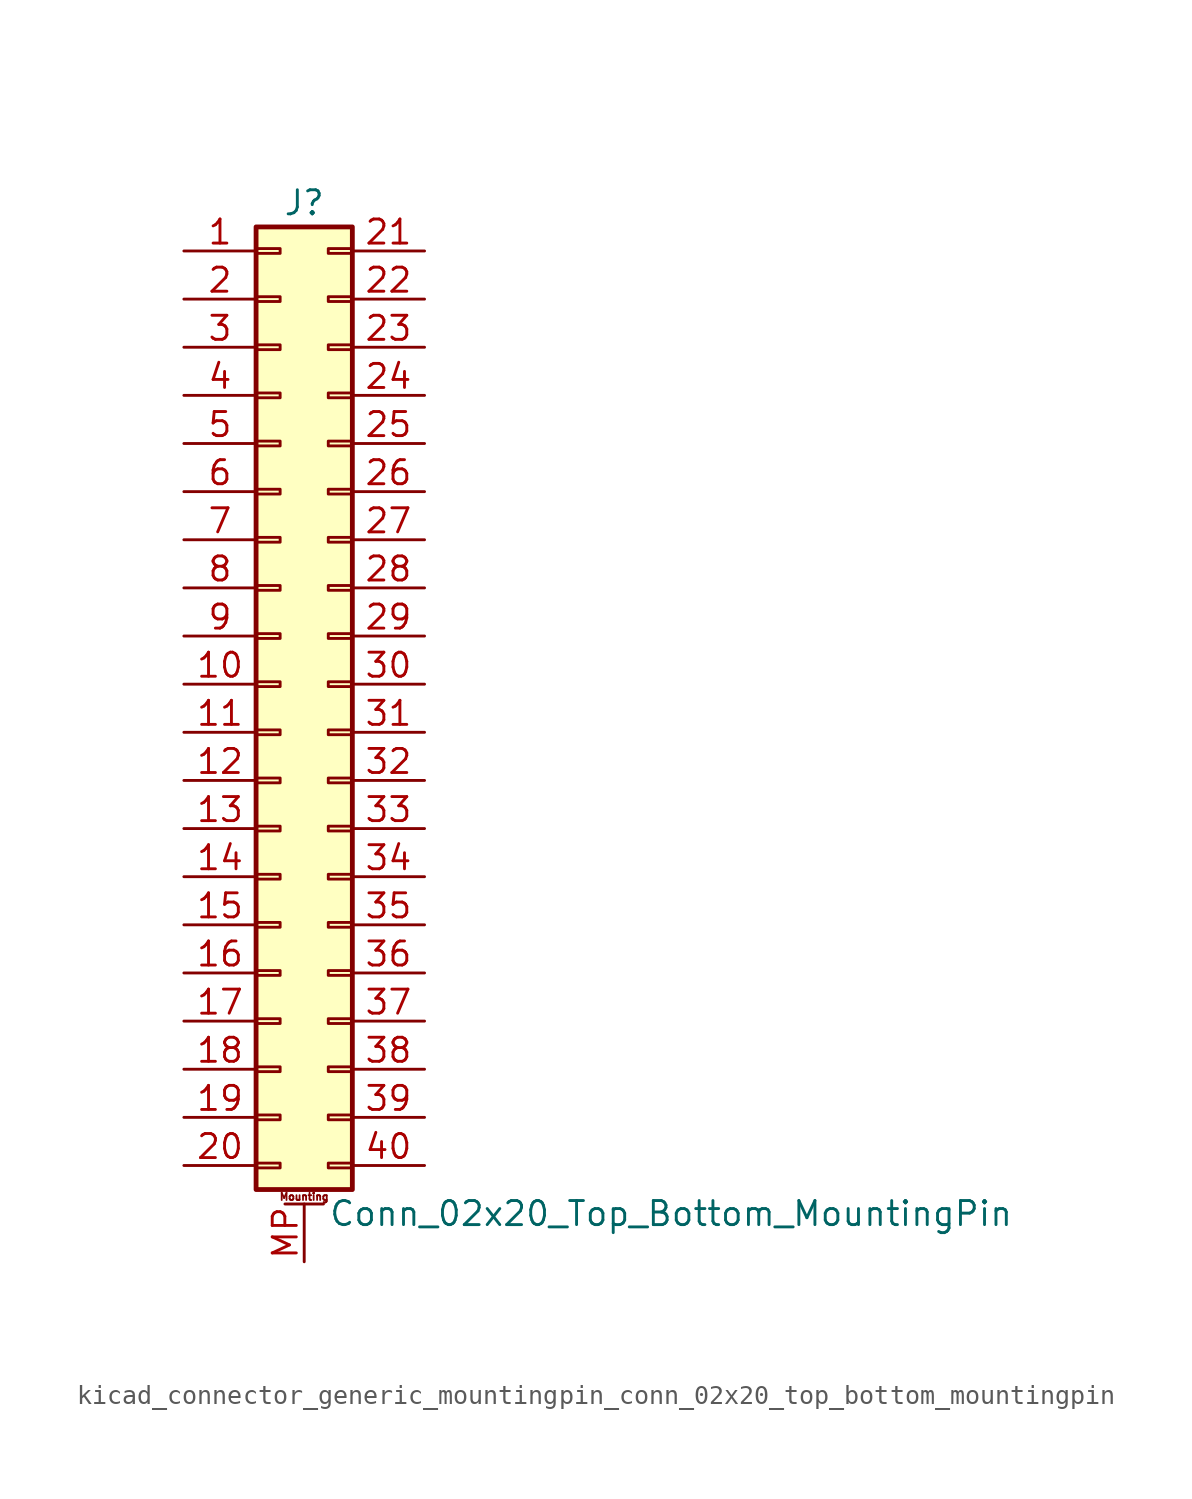
<source format=kicad_sym>
(kicad_symbol_lib
  (version 20220914)
  (generator kicad_symbol_editor)
  (symbol "kicad_connector_generic_mountingpin_conn_02x20_top_bottom_mountingpin"
    (pin_names
      (offset 1.016) hide)
    (property "Reference" "J"
      (at 1.27 25.4 0)
      (effects (font (size 1.27 1.27))))
    (property "Value" "Conn_02x20_Top_Bottom_MountingPin"
      (at 2.54 -27.94 0)
      (effects (font (size 1.27 1.27)) (justify left)))
    (symbol "kicad_connector_generic_mountingpin_conn_02x20_top_bottom_mountingpin_1_1"
      (rectangle (start -1.27 -25.273) (end 0 -25.527) (stroke (width 0.152) (type default)) (fill (type none)))
      (rectangle (start -1.27 -22.733) (end 0 -22.987) (stroke (width 0.152) (type default)) (fill (type none)))
      (rectangle (start -1.27 -20.193) (end 0 -20.447) (stroke (width 0.152) (type default)) (fill (type none)))
      (rectangle (start -1.27 -17.653) (end 0 -17.907) (stroke (width 0.152) (type default)) (fill (type none)))
      (rectangle (start -1.27 -15.113) (end 0 -15.367) (stroke (width 0.152) (type default)) (fill (type none)))
      (rectangle (start -1.27 -12.573) (end 0 -12.827) (stroke (width 0.152) (type default)) (fill (type none)))
      (rectangle (start -1.27 -10.033) (end 0 -10.287) (stroke (width 0.152) (type default)) (fill (type none)))
      (rectangle (start -1.27 -7.493) (end 0 -7.747) (stroke (width 0.152) (type default)) (fill (type none)))
      (rectangle (start -1.27 -4.953) (end 0 -5.207) (stroke (width 0.152) (type default)) (fill (type none)))
      (rectangle (start -1.27 -2.413) (end 0 -2.667) (stroke (width 0.152) (type default)) (fill (type none)))
      (rectangle (start -1.27 0.127) (end 0 -0.127) (stroke (width 0.152) (type default)) (fill (type none)))
      (rectangle (start -1.27 2.667) (end 0 2.413) (stroke (width 0.152) (type default)) (fill (type none)))
      (rectangle (start -1.27 5.207) (end 0 4.953) (stroke (width 0.152) (type default)) (fill (type none)))
      (rectangle (start -1.27 7.747) (end 0 7.493) (stroke (width 0.152) (type default)) (fill (type none)))
      (rectangle (start -1.27 10.287) (end 0 10.033) (stroke (width 0.152) (type default)) (fill (type none)))
      (rectangle (start -1.27 12.827) (end 0 12.573) (stroke (width 0.152) (type default)) (fill (type none)))
      (rectangle (start -1.27 15.367) (end 0 15.113) (stroke (width 0.152) (type default)) (fill (type none)))
      (rectangle (start -1.27 17.907) (end 0 17.653) (stroke (width 0.152) (type default)) (fill (type none)))
      (rectangle (start -1.27 20.447) (end 0 20.193) (stroke (width 0.152) (type default)) (fill (type none)))
      (rectangle (start -1.27 22.987) (end 0 22.733) (stroke (width 0.152) (type default)) (fill (type none)))
      (rectangle (start -1.27 24.13) (end 3.81 -26.67) (stroke (width 0.254) (type default)) (fill (type background)))
      (polyline (pts (xy 0.254 -27.432) (xy 2.286 -27.432)) (stroke (width 0.152) (type default)) (fill (type none)))
      (rectangle (start 3.81 -25.273) (end 2.54 -25.527) (stroke (width 0.152) (type default)) (fill (type none)))
      (rectangle (start 3.81 -22.733) (end 2.54 -22.987) (stroke (width 0.152) (type default)) (fill (type none)))
      (rectangle (start 3.81 -20.193) (end 2.54 -20.447) (stroke (width 0.152) (type default)) (fill (type none)))
      (rectangle (start 3.81 -17.653) (end 2.54 -17.907) (stroke (width 0.152) (type default)) (fill (type none)))
      (rectangle (start 3.81 -15.113) (end 2.54 -15.367) (stroke (width 0.152) (type default)) (fill (type none)))
      (rectangle (start 3.81 -12.573) (end 2.54 -12.827) (stroke (width 0.152) (type default)) (fill (type none)))
      (rectangle (start 3.81 -10.033) (end 2.54 -10.287) (stroke (width 0.152) (type default)) (fill (type none)))
      (rectangle (start 3.81 -7.493) (end 2.54 -7.747) (stroke (width 0.152) (type default)) (fill (type none)))
      (rectangle (start 3.81 -4.953) (end 2.54 -5.207) (stroke (width 0.152) (type default)) (fill (type none)))
      (rectangle (start 3.81 -2.413) (end 2.54 -2.667) (stroke (width 0.152) (type default)) (fill (type none)))
      (rectangle (start 3.81 0.127) (end 2.54 -0.127) (stroke (width 0.152) (type default)) (fill (type none)))
      (rectangle (start 3.81 2.667) (end 2.54 2.413) (stroke (width 0.152) (type default)) (fill (type none)))
      (rectangle (start 3.81 5.207) (end 2.54 4.953) (stroke (width 0.152) (type default)) (fill (type none)))
      (rectangle (start 3.81 7.747) (end 2.54 7.493) (stroke (width 0.152) (type default)) (fill (type none)))
      (rectangle (start 3.81 10.287) (end 2.54 10.033) (stroke (width 0.152) (type default)) (fill (type none)))
      (rectangle (start 3.81 12.827) (end 2.54 12.573) (stroke (width 0.152) (type default)) (fill (type none)))
      (rectangle (start 3.81 15.367) (end 2.54 15.113) (stroke (width 0.152) (type default)) (fill (type none)))
      (rectangle (start 3.81 17.907) (end 2.54 17.653) (stroke (width 0.152) (type default)) (fill (type none)))
      (rectangle (start 3.81 20.447) (end 2.54 20.193) (stroke (width 0.152) (type default)) (fill (type none)))
      (rectangle (start 3.81 22.987) (end 2.54 22.733) (stroke (width 0.152) (type default)) (fill (type none)))
      (text "Mounting" (at 1.27 -27.051 0) (effects (font (size 0.381 0.381))))
      (pin passive line (at -5.08 22.86 0) (length 3.81) (name "Pin_1" (effects (font (size 1.27 1.27)))) (number "1" (effects (font (size 1.27 1.27)))))
      (pin passive line (at -5.08 0 0) (length 3.81) (name "Pin_10" (effects (font (size 1.27 1.27)))) (number "10" (effects (font (size 1.27 1.27)))))
      (pin passive line (at -5.08 -2.54 0) (length 3.81) (name "Pin_11" (effects (font (size 1.27 1.27)))) (number "11" (effects (font (size 1.27 1.27)))))
      (pin passive line (at -5.08 -5.08 0) (length 3.81) (name "Pin_12" (effects (font (size 1.27 1.27)))) (number "12" (effects (font (size 1.27 1.27)))))
      (pin passive line (at -5.08 -7.62 0) (length 3.81) (name "Pin_13" (effects (font (size 1.27 1.27)))) (number "13" (effects (font (size 1.27 1.27)))))
      (pin passive line (at -5.08 -10.16 0) (length 3.81) (name "Pin_14" (effects (font (size 1.27 1.27)))) (number "14" (effects (font (size 1.27 1.27)))))
      (pin passive line (at -5.08 -12.7 0) (length 3.81) (name "Pin_15" (effects (font (size 1.27 1.27)))) (number "15" (effects (font (size 1.27 1.27)))))
      (pin passive line (at -5.08 -15.24 0) (length 3.81) (name "Pin_16" (effects (font (size 1.27 1.27)))) (number "16" (effects (font (size 1.27 1.27)))))
      (pin passive line (at -5.08 -17.78 0) (length 3.81) (name "Pin_17" (effects (font (size 1.27 1.27)))) (number "17" (effects (font (size 1.27 1.27)))))
      (pin passive line (at -5.08 -20.32 0) (length 3.81) (name "Pin_18" (effects (font (size 1.27 1.27)))) (number "18" (effects (font (size 1.27 1.27)))))
      (pin passive line (at -5.08 -22.86 0) (length 3.81) (name "Pin_19" (effects (font (size 1.27 1.27)))) (number "19" (effects (font (size 1.27 1.27)))))
      (pin passive line (at -5.08 20.32 0) (length 3.81) (name "Pin_2" (effects (font (size 1.27 1.27)))) (number "2" (effects (font (size 1.27 1.27)))))
      (pin passive line (at -5.08 -25.4 0) (length 3.81) (name "Pin_20" (effects (font (size 1.27 1.27)))) (number "20" (effects (font (size 1.27 1.27)))))
      (pin passive line (at 7.62 22.86 180) (length 3.81) (name "Pin_21" (effects (font (size 1.27 1.27)))) (number "21" (effects (font (size 1.27 1.27)))))
      (pin passive line (at 7.62 20.32 180) (length 3.81) (name "Pin_22" (effects (font (size 1.27 1.27)))) (number "22" (effects (font (size 1.27 1.27)))))
      (pin passive line (at 7.62 17.78 180) (length 3.81) (name "Pin_23" (effects (font (size 1.27 1.27)))) (number "23" (effects (font (size 1.27 1.27)))))
      (pin passive line (at 7.62 15.24 180) (length 3.81) (name "Pin_24" (effects (font (size 1.27 1.27)))) (number "24" (effects (font (size 1.27 1.27)))))
      (pin passive line (at 7.62 12.7 180) (length 3.81) (name "Pin_25" (effects (font (size 1.27 1.27)))) (number "25" (effects (font (size 1.27 1.27)))))
      (pin passive line (at 7.62 10.16 180) (length 3.81) (name "Pin_26" (effects (font (size 1.27 1.27)))) (number "26" (effects (font (size 1.27 1.27)))))
      (pin passive line (at 7.62 7.62 180) (length 3.81) (name "Pin_27" (effects (font (size 1.27 1.27)))) (number "27" (effects (font (size 1.27 1.27)))))
      (pin passive line (at 7.62 5.08 180) (length 3.81) (name "Pin_28" (effects (font (size 1.27 1.27)))) (number "28" (effects (font (size 1.27 1.27)))))
      (pin passive line (at 7.62 2.54 180) (length 3.81) (name "Pin_29" (effects (font (size 1.27 1.27)))) (number "29" (effects (font (size 1.27 1.27)))))
      (pin passive line (at -5.08 17.78 0) (length 3.81) (name "Pin_3" (effects (font (size 1.27 1.27)))) (number "3" (effects (font (size 1.27 1.27)))))
      (pin passive line (at 7.62 0 180) (length 3.81) (name "Pin_30" (effects (font (size 1.27 1.27)))) (number "30" (effects (font (size 1.27 1.27)))))
      (pin passive line (at 7.62 -2.54 180) (length 3.81) (name "Pin_31" (effects (font (size 1.27 1.27)))) (number "31" (effects (font (size 1.27 1.27)))))
      (pin passive line (at 7.62 -5.08 180) (length 3.81) (name "Pin_32" (effects (font (size 1.27 1.27)))) (number "32" (effects (font (size 1.27 1.27)))))
      (pin passive line (at 7.62 -7.62 180) (length 3.81) (name "Pin_33" (effects (font (size 1.27 1.27)))) (number "33" (effects (font (size 1.27 1.27)))))
      (pin passive line (at 7.62 -10.16 180) (length 3.81) (name "Pin_34" (effects (font (size 1.27 1.27)))) (number "34" (effects (font (size 1.27 1.27)))))
      (pin passive line (at 7.62 -12.7 180) (length 3.81) (name "Pin_35" (effects (font (size 1.27 1.27)))) (number "35" (effects (font (size 1.27 1.27)))))
      (pin passive line (at 7.62 -15.24 180) (length 3.81) (name "Pin_36" (effects (font (size 1.27 1.27)))) (number "36" (effects (font (size 1.27 1.27)))))
      (pin passive line (at 7.62 -17.78 180) (length 3.81) (name "Pin_37" (effects (font (size 1.27 1.27)))) (number "37" (effects (font (size 1.27 1.27)))))
      (pin passive line (at 7.62 -20.32 180) (length 3.81) (name "Pin_38" (effects (font (size 1.27 1.27)))) (number "38" (effects (font (size 1.27 1.27)))))
      (pin passive line (at 7.62 -22.86 180) (length 3.81) (name "Pin_39" (effects (font (size 1.27 1.27)))) (number "39" (effects (font (size 1.27 1.27)))))
      (pin passive line (at -5.08 15.24 0) (length 3.81) (name "Pin_4" (effects (font (size 1.27 1.27)))) (number "4" (effects (font (size 1.27 1.27)))))
      (pin passive line (at 7.62 -25.4 180) (length 3.81) (name "Pin_40" (effects (font (size 1.27 1.27)))) (number "40" (effects (font (size 1.27 1.27)))))
      (pin passive line (at -5.08 12.7 0) (length 3.81) (name "Pin_5" (effects (font (size 1.27 1.27)))) (number "5" (effects (font (size 1.27 1.27)))))
      (pin passive line (at -5.08 10.16 0) (length 3.81) (name "Pin_6" (effects (font (size 1.27 1.27)))) (number "6" (effects (font (size 1.27 1.27)))))
      (pin passive line (at -5.08 7.62 0) (length 3.81) (name "Pin_7" (effects (font (size 1.27 1.27)))) (number "7" (effects (font (size 1.27 1.27)))))
      (pin passive line (at -5.08 5.08 0) (length 3.81) (name "Pin_8" (effects (font (size 1.27 1.27)))) (number "8" (effects (font (size 1.27 1.27)))))
      (pin passive line (at -5.08 2.54 0) (length 3.81) (name "Pin_9" (effects (font (size 1.27 1.27)))) (number "9" (effects (font (size 1.27 1.27)))))
      (pin passive line (at 1.27 -30.48 90) (length 3.048) (name "MountPin" (effects (font (size 1.27 1.27)))) (number "MP" (effects (font (size 1.27 1.27))))))))
</source>
